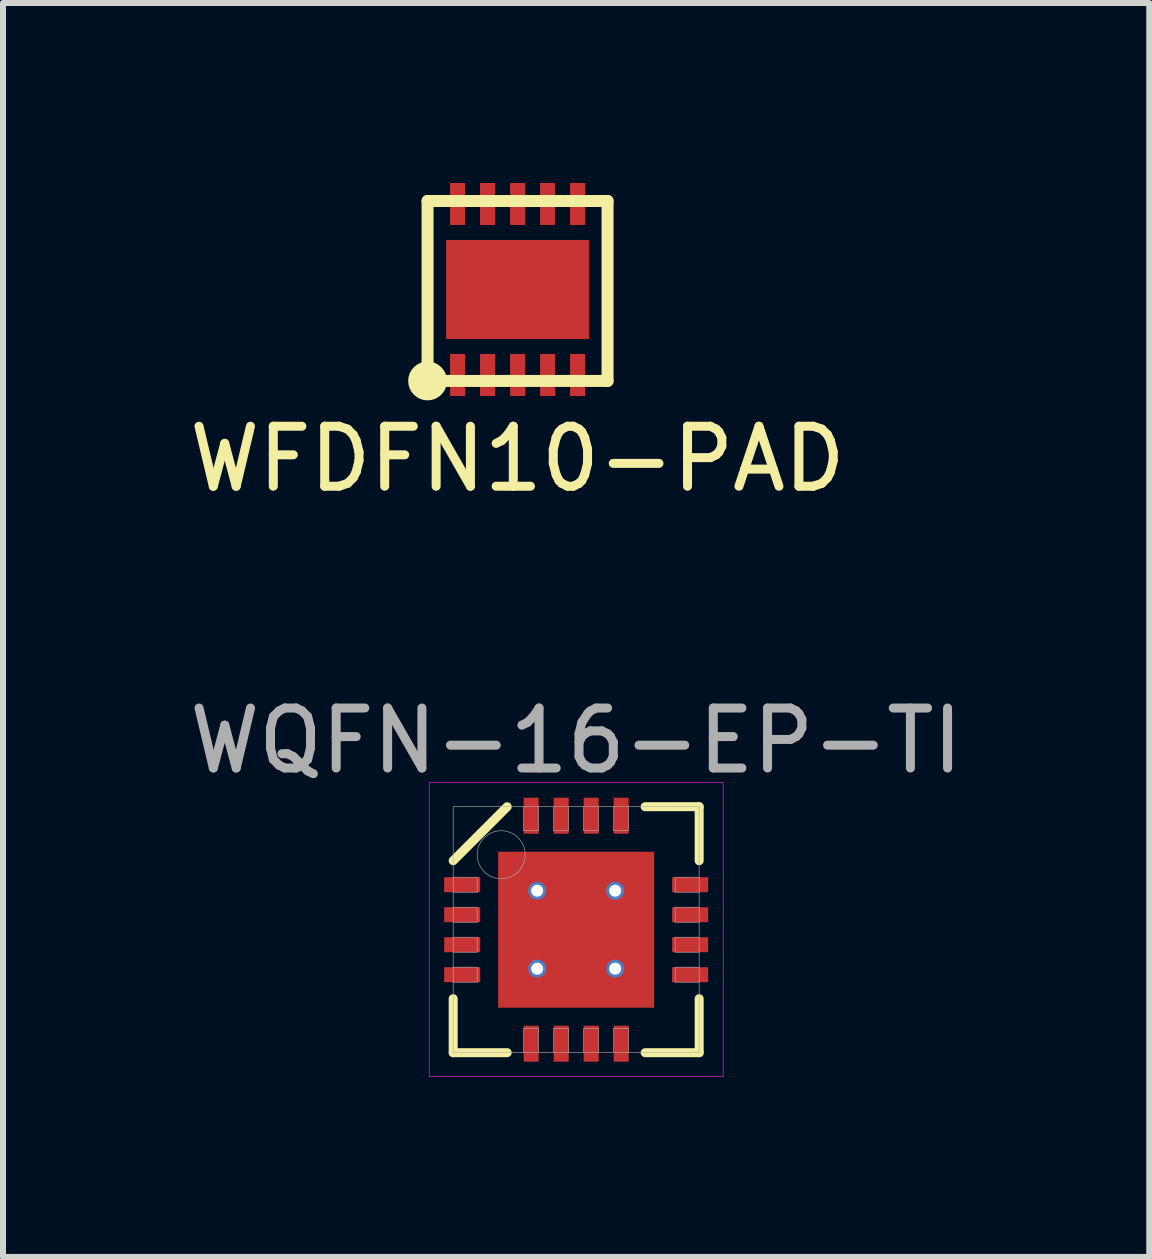
<source format=kicad_pcb>
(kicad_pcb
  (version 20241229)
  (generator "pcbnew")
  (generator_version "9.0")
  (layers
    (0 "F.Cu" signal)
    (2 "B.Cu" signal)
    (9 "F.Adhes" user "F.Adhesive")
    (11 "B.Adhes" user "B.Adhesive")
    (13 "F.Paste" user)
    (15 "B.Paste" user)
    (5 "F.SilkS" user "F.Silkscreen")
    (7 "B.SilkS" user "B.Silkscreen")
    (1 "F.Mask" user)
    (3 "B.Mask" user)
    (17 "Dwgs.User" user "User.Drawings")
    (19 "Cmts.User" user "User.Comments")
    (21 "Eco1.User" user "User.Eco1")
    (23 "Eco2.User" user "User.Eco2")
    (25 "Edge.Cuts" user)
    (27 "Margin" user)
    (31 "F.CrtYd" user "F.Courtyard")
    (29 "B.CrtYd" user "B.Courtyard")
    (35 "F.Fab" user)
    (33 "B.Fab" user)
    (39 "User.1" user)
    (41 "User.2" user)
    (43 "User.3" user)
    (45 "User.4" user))
  (footprint "WFDFN10-PAD"
    (layer "F.Cu")
    (at 4.577 3.2)
    (property "Reference" "WFDFN10-PAD" (at 1 1.4 0) (layer "F.SilkS") (effects (font (size 1 1) (thickness 0.15))))
    (attr through_hole)
    (fp_line (start -0.5 -2.9) (end -0.5 0.1) (stroke (width 0.2) (type solid)) (layer "F.SilkS"))
    (fp_line (start -0.5 0.1) (end 2.5 0.1) (stroke (width 0.2) (type solid)) (layer "F.SilkS"))
    (fp_line (start 2.5 -2.9) (end -0.5 -2.9) (stroke (width 0.2) (type solid)) (layer "F.SilkS"))
    (fp_line (start 2.5 0.1) (end 2.5 -2.9) (stroke (width 0.2) (type solid)) (layer "F.SilkS"))
    (fp_circle (center -0.5 0.1) (end -0.6 0.1) (stroke (width 0.2) (type solid)) (fill no) (layer "F.SilkS"))
    (fp_circle (center -0.5 0.1) (end -0.3 0) (stroke (width 0.2) (type solid)) (fill no) (layer "F.SilkS"))
    (pad "1" smd rect (at 0 0) (size 0.25 0.7) (layers "F.Cu" "F.Mask" "F.Paste"))
    (pad "2" smd rect (at 0.5 0) (size 0.25 0.7) (layers "F.Cu" "F.Mask" "F.Paste"))
    (pad "3" smd rect (at 1 0) (size 0.25 0.7) (layers "F.Cu" "F.Mask" "F.Paste"))
    (pad "4" smd rect (at 1.5 0) (size 0.25 0.7) (layers "F.Cu" "F.Mask" "F.Paste"))
    (pad "5" smd rect (at 2 0) (size 0.25 0.7) (layers "F.Cu" "F.Mask" "F.Paste"))
    (pad "6" smd rect (at 2 -2.85) (size 0.25 0.7) (layers "F.Cu" "F.Mask" "F.Paste"))
    (pad "7" smd rect (at 1.5 -2.85) (size 0.25 0.7) (layers "F.Cu" "F.Mask" "F.Paste"))
    (pad "8" smd rect (at 1 -2.85) (size 0.25 0.7) (layers "F.Cu" "F.Mask" "F.Paste"))
    (pad "9" smd rect (at 0.5 -2.85) (size 0.25 0.7) (layers "F.Cu" "F.Mask" "F.Paste"))
    (pad "10" smd rect (at 0 -2.85) (size 0.25 0.7) (layers "F.Cu" "F.Mask" "F.Paste"))
    (pad "PAD" smd rect (at 1 -1.425) (size 2.38 1.65) (layers "F.Cu" "F.Mask" "F.Paste")))
  (footprint "WQFN-16-EP-TI"
    (layer "F.Cu")
    (at 6.554 12.447)
    (property "Reference" "WQFN-16-EP-TI" (at 0 -3.15 0) (layer "F.Fab") (effects (font (size 1 1) (thickness 0.15))))
    (attr smd)
    (fp_line (start -2.05 -1.15) (end -1.15 -2.05) (stroke (width 0.15) (type solid)) (layer "F.SilkS"))
    (fp_line (start -2.05 2.05) (end -2.05 1.15) (stroke (width 0.15) (type solid)) (layer "F.SilkS"))
    (fp_line (start -1.15 2.05) (end -2.05 2.05) (stroke (width 0.15) (type solid)) (layer "F.SilkS"))
    (fp_line (start 1.15 -2.05) (end 2.05 -2.05) (stroke (width 0.15) (type solid)) (layer "F.SilkS"))
    (fp_line (start 1.15 2.05) (end 2.05 2.05) (stroke (width 0.15) (type solid)) (layer "F.SilkS"))
    (fp_line (start 2.05 -2.05) (end 2.05 -1.15) (stroke (width 0.15) (type solid)) (layer "F.SilkS"))
    (fp_line (start 2.05 2.05) (end 2.05 1.15) (stroke (width 0.15) (type solid)) (layer "F.SilkS"))
    (fp_line (start -2.45 -2.45) (end 2.45 -2.45) (stroke (width 0.01) (type solid)) (layer "F.CrtYd"))
    (fp_line (start -2.45 2.45) (end -2.45 -2.45) (stroke (width 0.01) (type solid)) (layer "F.CrtYd"))
    (fp_line (start 2.45 -2.45) (end 2.45 2.45) (stroke (width 0.01) (type solid)) (layer "F.CrtYd"))
    (fp_line (start 2.45 2.45) (end -2.45 2.45) (stroke (width 0.01) (type solid)) (layer "F.CrtYd"))
    (fp_line (start -2.05 -2.05) (end 2.05 -2.05) (stroke (width 0.01) (type solid)) (layer "F.Fab"))
    (fp_line (start -2.05 -0.625) (end -1.65 -0.625) (stroke (width 0.01) (type solid)) (layer "F.Fab"))
    (fp_line (start -2.05 -0.125) (end -1.65 -0.125) (stroke (width 0.01) (type solid)) (layer "F.Fab"))
    (fp_line (start -2.05 0.375) (end -1.65 0.375) (stroke (width 0.01) (type solid)) (layer "F.Fab"))
    (fp_line (start -2.05 0.875) (end -1.65 0.875) (stroke (width 0.01) (type solid)) (layer "F.Fab"))
    (fp_line (start -2.05 2.05) (end -2.05 -2.05) (stroke (width 0.01) (type solid)) (layer "F.Fab"))
    (fp_line (start -1.65 -0.875) (end -2.05 -0.875) (stroke (width 0.01) (type solid)) (layer "F.Fab"))
    (fp_line (start -1.65 -0.625) (end -1.65 -0.875) (stroke (width 0.01) (type solid)) (layer "F.Fab"))
    (fp_line (start -1.65 -0.375) (end -2.05 -0.375) (stroke (width 0.01) (type solid)) (layer "F.Fab"))
    (fp_line (start -1.65 -0.125) (end -1.65 -0.375) (stroke (width 0.01) (type solid)) (layer "F.Fab"))
    (fp_line (start -1.65 0.125) (end -2.05 0.125) (stroke (width 0.01) (type solid)) (layer "F.Fab"))
    (fp_line (start -1.65 0.375) (end -1.65 0.125) (stroke (width 0.01) (type solid)) (layer "F.Fab"))
    (fp_line (start -1.65 0.625) (end -2.05 0.625) (stroke (width 0.01) (type solid)) (layer "F.Fab"))
    (fp_line (start -1.65 0.875) (end -1.65 0.625) (stroke (width 0.01) (type solid)) (layer "F.Fab"))
    (fp_line (start -0.875 -2.05) (end -0.875 -1.65) (stroke (width 0.01) (type solid)) (layer "F.Fab"))
    (fp_line (start -0.875 -1.65) (end -0.625 -1.65) (stroke (width 0.01) (type solid)) (layer "F.Fab"))
    (fp_line (start -0.875 1.65) (end -0.875 2.05) (stroke (width 0.01) (type solid)) (layer "F.Fab"))
    (fp_line (start -0.625 -1.65) (end -0.625 -2.05) (stroke (width 0.01) (type solid)) (layer "F.Fab"))
    (fp_line (start -0.625 1.65) (end -0.875 1.65) (stroke (width 0.01) (type solid)) (layer "F.Fab"))
    (fp_line (start -0.625 2.05) (end -0.625 1.65) (stroke (width 0.01) (type solid)) (layer "F.Fab"))
    (fp_line (start -0.375 -2.05) (end -0.375 -1.65) (stroke (width 0.01) (type solid)) (layer "F.Fab"))
    (fp_line (start -0.375 -1.65) (end -0.125 -1.65) (stroke (width 0.01) (type solid)) (layer "F.Fab"))
    (fp_line (start -0.375 1.65) (end -0.375 2.05) (stroke (width 0.01) (type solid)) (layer "F.Fab"))
    (fp_line (start -0.125 -1.65) (end -0.125 -2.05) (stroke (width 0.01) (type solid)) (layer "F.Fab"))
    (fp_line (start -0.125 1.65) (end -0.375 1.65) (stroke (width 0.01) (type solid)) (layer "F.Fab"))
    (fp_line (start -0.125 2.05) (end -0.125 1.65) (stroke (width 0.01) (type solid)) (layer "F.Fab"))
    (fp_line (start 0.125 -2.05) (end 0.125 -1.65) (stroke (width 0.01) (type solid)) (layer "F.Fab"))
    (fp_line (start 0.125 -1.65) (end 0.375 -1.65) (stroke (width 0.01) (type solid)) (layer "F.Fab"))
    (fp_line (start 0.125 1.65) (end 0.125 2.05) (stroke (width 0.01) (type solid)) (layer "F.Fab"))
    (fp_line (start 0.375 -1.65) (end 0.375 -2.05) (stroke (width 0.01) (type solid)) (layer "F.Fab"))
    (fp_line (start 0.375 1.65) (end 0.125 1.65) (stroke (width 0.01) (type solid)) (layer "F.Fab"))
    (fp_line (start 0.375 2.05) (end 0.375 1.65) (stroke (width 0.01) (type solid)) (layer "F.Fab"))
    (fp_line (start 0.625 -2.05) (end 0.625 -1.65) (stroke (width 0.01) (type solid)) (layer "F.Fab"))
    (fp_line (start 0.625 -1.65) (end 0.875 -1.65) (stroke (width 0.01) (type solid)) (layer "F.Fab"))
    (fp_line (start 0.625 1.65) (end 0.625 2.05) (stroke (width 0.01) (type solid)) (layer "F.Fab"))
    (fp_line (start 0.875 -1.65) (end 0.875 -2.05) (stroke (width 0.01) (type solid)) (layer "F.Fab"))
    (fp_line (start 0.875 1.65) (end 0.625 1.65) (stroke (width 0.01) (type solid)) (layer "F.Fab"))
    (fp_line (start 0.875 2.05) (end 0.875 1.65) (stroke (width 0.01) (type solid)) (layer "F.Fab"))
    (fp_line (start 1.65 -0.875) (end 1.65 -0.625) (stroke (width 0.01) (type solid)) (layer "F.Fab"))
    (fp_line (start 1.65 -0.625) (end 2.05 -0.625) (stroke (width 0.01) (type solid)) (layer "F.Fab"))
    (fp_line (start 1.65 -0.375) (end 1.65 -0.125) (stroke (width 0.01) (type solid)) (layer "F.Fab"))
    (fp_line (start 1.65 -0.125) (end 2.05 -0.125) (stroke (width 0.01) (type solid)) (layer "F.Fab"))
    (fp_line (start 1.65 0.125) (end 1.65 0.375) (stroke (width 0.01) (type solid)) (layer "F.Fab"))
    (fp_line (start 1.65 0.375) (end 2.05 0.375) (stroke (width 0.01) (type solid)) (layer "F.Fab"))
    (fp_line (start 1.65 0.625) (end 1.65 0.875) (stroke (width 0.01) (type solid)) (layer "F.Fab"))
    (fp_line (start 1.65 0.875) (end 2.05 0.875) (stroke (width 0.01) (type solid)) (layer "F.Fab"))
    (fp_line (start 2.05 -2.05) (end 2.05 2.05) (stroke (width 0.01) (type solid)) (layer "F.Fab"))
    (fp_line (start 2.05 -0.875) (end 1.65 -0.875) (stroke (width 0.01) (type solid)) (layer "F.Fab"))
    (fp_line (start 2.05 -0.375) (end 1.65 -0.375) (stroke (width 0.01) (type solid)) (layer "F.Fab"))
    (fp_line (start 2.05 0.125) (end 1.65 0.125) (stroke (width 0.01) (type solid)) (layer "F.Fab"))
    (fp_line (start 2.05 0.625) (end 1.65 0.625) (stroke (width 0.01) (type solid)) (layer "F.Fab"))
    (fp_line (start 2.05 2.05) (end -2.05 2.05) (stroke (width 0.01) (type solid)) (layer "F.Fab"))
    (fp_circle (center -1.25 -1.25) (end -1.25 -0.85) (stroke (width 0.01) (type solid)) (fill no) (layer "F.Fab"))
    (pad "" smd rect (at -0.65 -0.65) (size 1.1 1.1) (layers "F.Paste"))
    (pad "" smd rect (at -0.65 0.65) (size 1.1 1.1) (layers "F.Paste"))
    (pad "" smd rect (at 0.65 -0.65) (size 1.1 1.1) (layers "F.Paste"))
    (pad "" smd rect (at 0.65 0.65) (size 1.1 1.1) (layers "F.Paste"))
    (pad "1" smd rect (at -1.9 -0.75) (size 0.6 0.25) (layers "F.Cu" "F.Mask" "F.Paste"))
    (pad "2" smd rect (at -1.9 -0.25) (size 0.6 0.25) (layers "F.Cu" "F.Mask" "F.Paste"))
    (pad "3" smd rect (at -1.9 0.25) (size 0.6 0.25) (layers "F.Cu" "F.Mask" "F.Paste"))
    (pad "4" smd rect (at -1.9 0.75) (size 0.6 0.25) (layers "F.Cu" "F.Mask" "F.Paste"))
    (pad "5" smd rect (at -0.75 1.9) (size 0.25 0.6) (layers "F.Cu" "F.Mask" "F.Paste"))
    (pad "6" smd rect (at -0.25 1.9) (size 0.25 0.6) (layers "F.Cu" "F.Mask" "F.Paste"))
    (pad "7" smd rect (at 0.25 1.9) (size 0.25 0.6) (layers "F.Cu" "F.Mask" "F.Paste"))
    (pad "8" smd rect (at 0.75 1.9) (size 0.25 0.6) (layers "F.Cu" "F.Mask" "F.Paste"))
    (pad "9" smd rect (at 1.9 0.75) (size 0.6 0.25) (layers "F.Cu" "F.Mask" "F.Paste"))
    (pad "10" smd rect (at 1.9 0.25) (size 0.6 0.25) (layers "F.Cu" "F.Mask" "F.Paste"))
    (pad "11" smd rect (at 1.9 -0.25) (size 0.6 0.25) (layers "F.Cu" "F.Mask" "F.Paste"))
    (pad "12" smd rect (at 1.9 -0.75) (size 0.6 0.25) (layers "F.Cu" "F.Mask" "F.Paste"))
    (pad "13" smd rect (at 0.75 -1.9) (size 0.25 0.6) (layers "F.Cu" "F.Mask" "F.Paste"))
    (pad "14" smd rect (at 0.25 -1.9) (size 0.25 0.6) (layers "F.Cu" "F.Mask" "F.Paste"))
    (pad "15" smd rect (at -0.25 -1.9) (size 0.25 0.6) (layers "F.Cu" "F.Mask" "F.Paste"))
    (pad "16" smd rect (at -0.75 -1.9) (size 0.25 0.6) (layers "F.Cu" "F.Mask" "F.Paste"))
    (pad "EP" thru_hole circle (at -0.65 -0.65) (size 0.3 0.3) (drill 0.2) (layers "*.Cu"))
    (pad "EP" thru_hole circle (at -0.65 0.65) (size 0.3 0.3) (drill 0.2) (layers "*.Cu"))
    (pad "EP" smd rect (at 0 0) (size 2.6 2.6) (layers "F.Cu" "F.Mask"))
    (pad "EP" thru_hole circle (at 0.65 -0.65) (size 0.3 0.3) (drill 0.2) (layers "*.Cu"))
    (pad "EP" thru_hole circle (at 0.65 0.65) (size 0.3 0.3) (drill 0.2) (layers "*.Cu")))
  (gr_rect
    (start -3 -3)
    (end 16.107 17.901)
    (stroke (width 0.1) (type default))
    (fill no)
    (layer "Edge.Cuts")))
</source>
